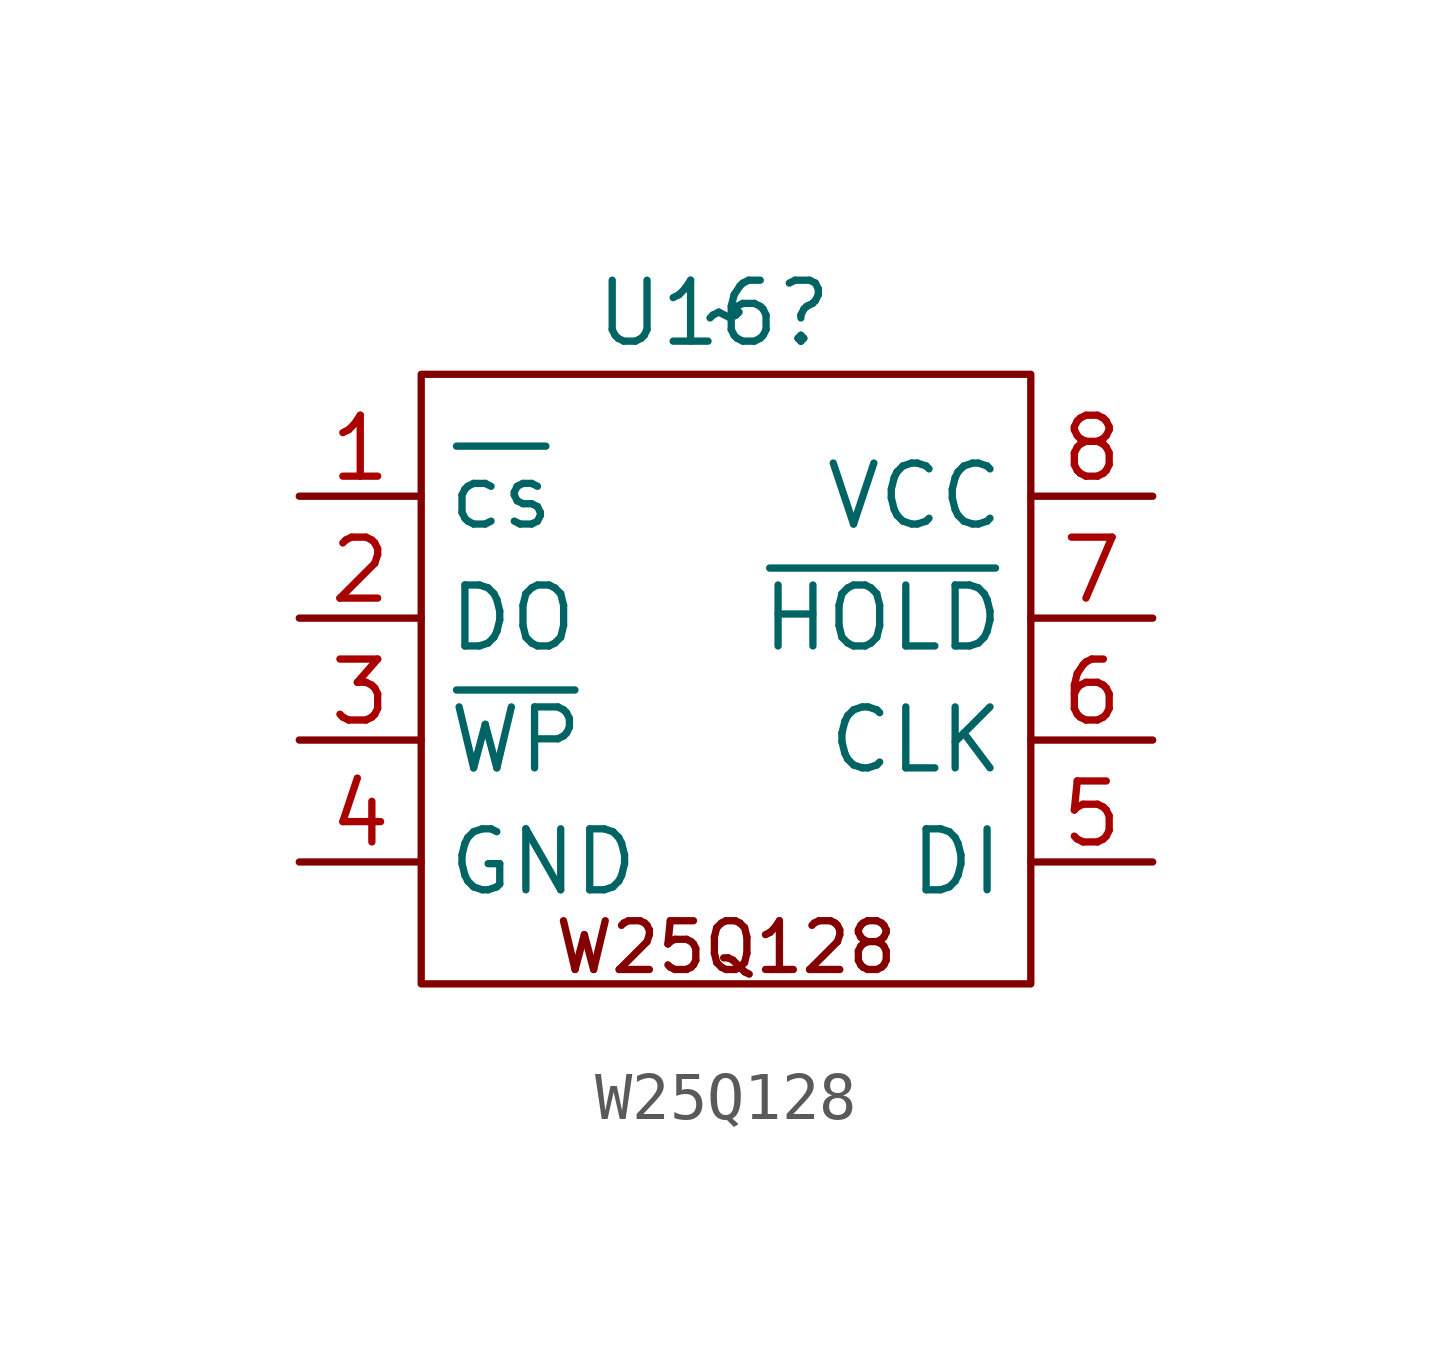
<source format=kicad_sym>
(kicad_symbol_lib
  (version 20241209)
  (generator "kicad_symbol_editor")
  (generator_version "9.0")
  (symbol "W25Q128"
    (property "Reference" "U16"
      (at -0.254 7.62 0)
      (effects (font (size 1.27 1.27))))
    (property "Value" "~"
      (at 0 7.62 0)
      (effects (font (size 1.27 1.27))))
    (symbol "W25Q128_0_1"
      (rectangle (start -6.35 6.35) (end 6.35 -6.35) (stroke (width 0) (type default)) (fill (type none))))
    (symbol "W25Q128_1_1"
      (text "W25Q128" (at 0 -5.588 0) (effects (font (size 1.016 1.016))))
      (pin input line (at -8.89 3.81 0) (length 2.54) (name "~{cs}" (effects (font (size 1.27 1.27)))) (number "1" (effects (font (size 1.27 1.27)))))
      (pin output line (at -8.89 1.27 0) (length 2.54) (name "DO" (effects (font (size 1.27 1.27)))) (number "2" (effects (font (size 1.27 1.27)))))
      (pin input line (at -8.89 -1.27 0) (length 2.54) (name "~{WP}" (effects (font (size 1.27 1.27)))) (number "3" (effects (font (size 1.27 1.27)))))
      (pin passive line (at -8.89 -3.81 0) (length 2.54) (name "GND" (effects (font (size 1.27 1.27)))) (number "4" (effects (font (size 1.27 1.27)))))
      (pin power_in line (at 8.89 3.81 180) (length 2.54) (name "VCC" (effects (font (size 1.27 1.27)))) (number "8" (effects (font (size 1.27 1.27)))))
      (pin bidirectional line (at 8.89 1.27 180) (length 2.54) (name "~{HOLD}" (effects (font (size 1.27 1.27)))) (number "7" (effects (font (size 1.27 1.27)))))
      (pin input line (at 8.89 -1.27 180) (length 2.54) (name "CLK" (effects (font (size 1.27 1.27)))) (number "6" (effects (font (size 1.27 1.27)))))
      (pin input line (at 8.89 -3.81 180) (length 2.54) (name "DI" (effects (font (size 1.27 1.27)))) (number "5" (effects (font (size 1.27 1.27))))))))
</source>
